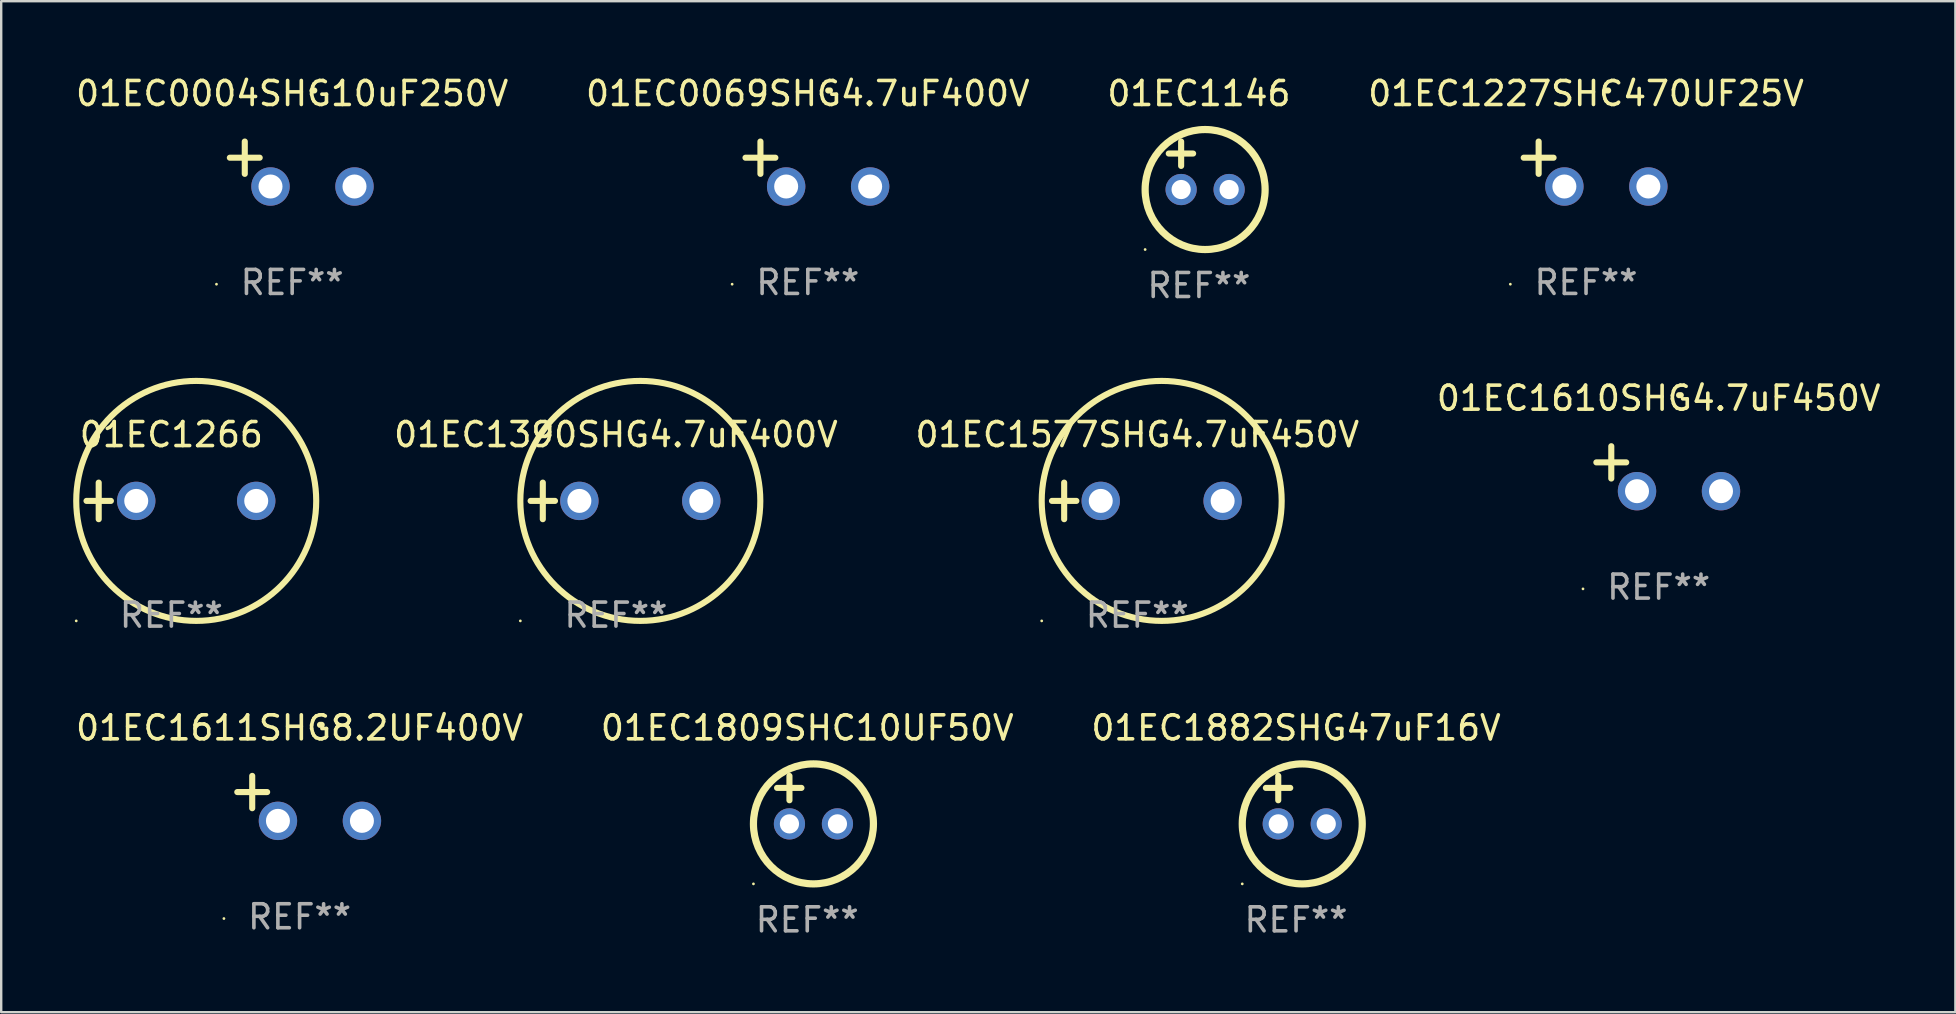
<source format=kicad_pcb>
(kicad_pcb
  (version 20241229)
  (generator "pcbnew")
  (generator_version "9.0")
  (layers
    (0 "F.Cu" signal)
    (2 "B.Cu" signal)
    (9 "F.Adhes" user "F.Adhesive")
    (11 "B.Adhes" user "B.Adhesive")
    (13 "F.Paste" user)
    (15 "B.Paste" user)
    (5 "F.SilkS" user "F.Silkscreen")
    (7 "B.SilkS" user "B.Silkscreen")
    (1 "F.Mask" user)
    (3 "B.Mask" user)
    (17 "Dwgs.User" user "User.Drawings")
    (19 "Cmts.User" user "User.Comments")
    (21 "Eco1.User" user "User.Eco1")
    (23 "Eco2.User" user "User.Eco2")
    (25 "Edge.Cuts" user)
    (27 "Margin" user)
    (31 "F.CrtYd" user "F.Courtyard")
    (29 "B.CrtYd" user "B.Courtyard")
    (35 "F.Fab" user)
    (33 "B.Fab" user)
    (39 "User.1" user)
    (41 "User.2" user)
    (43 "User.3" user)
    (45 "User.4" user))
  (footprint "01EC1577SHG4.7uF450V"
    (layer "F.Cu")
    (at 44.343 17.823)
    (property "Reference" "01EC1577SHG4.7uF450V" (at 0 -2.762 0) (layer "F.SilkS") (effects (font (size 1 1) (thickness 0.15))))
    (attr through_hole)
    (fp_line (start -3.556 0) (end -2.54 0) (stroke (width 0.254) (type solid)) (layer "F.SilkS"))
    (fp_line (start -3.048 -0.762) (end -3.048 0.762) (stroke (width 0.254) (type solid)) (layer "F.SilkS"))
    (fp_circle (center -3.984 5) (end -3.954 5) (stroke (width 0.06) (type solid)) (fill no) (layer "F.SilkS"))
    (fp_circle (center 1.016 0) (end 6.016 0) (stroke (width 0.254) (type solid)) (fill no) (layer "F.SilkS"))
    (fp_text user "REF**" (at 0 4.762 0) (layer "F.Fab") (effects (font (size 1 1) (thickness 0.15))))
    (pad "1" thru_hole circle (at -1.524 0) (size 1.6 1.6) (drill 1) (layers "*.Cu" "*.Mask"))
    (pad "2" thru_hole circle (at 3.556 0) (size 1.6 1.6) (drill 1) (layers "*.Cu" "*.Mask")))
  (footprint "01EC0004SHG10uF250V"
    (layer "F.Cu")
    (at 9.125 3.785)
    (property "Reference" "01EC0004SHG10uF250V" (at 0 -2.937 0) (layer "F.SilkS") (effects (font (size 1 1) (thickness 0.15))))
    (attr through_hole)
    (fp_line (start -1.975 0.41) (end -1.975 -0.937) (stroke (width 0.254) (type solid)) (layer "F.SilkS"))
    (fp_line (start -1.353 -0.263) (end -2.597 -0.263) (stroke (width 0.254) (type solid)) (layer "F.SilkS"))
    (fp_arc (start 0.849809 -3.063957) (mid 0.885369 -3.064114) (end 0.920929 -3.063957) (stroke (width 0.254001) (type solid)) (layer "F.SilkS"))
    (fp_circle (center -3.154 5.008) (end -3.124 5.008) (stroke (width 0.06) (type solid)) (fill no) (layer "F.SilkS"))
    (fp_text user "REF**" (at 0 4.937 0) (layer "F.Fab") (effects (font (size 1 1) (thickness 0.15))))
    (pad "1" thru_hole circle (at -0.903 0.937) (size 1.6 1.6) (drill 1) (layers "*.Cu" "*.Mask"))
    (pad "2" thru_hole circle (at 2.597 0.937) (size 1.6 1.6) (drill 1) (layers "*.Cu" "*.Mask")))
  (footprint "01EC1390SHG4.7uF400V"
    (layer "F.Cu")
    (at 22.617 17.823)
    (property "Reference" "01EC1390SHG4.7uF400V" (at 0 -2.762 0) (layer "F.SilkS") (effects (font (size 1 1) (thickness 0.15))))
    (attr through_hole)
    (fp_line (start -3.556 0) (end -2.54 0) (stroke (width 0.254) (type solid)) (layer "F.SilkS"))
    (fp_line (start -3.048 -0.762) (end -3.048 0.762) (stroke (width 0.254) (type solid)) (layer "F.SilkS"))
    (fp_circle (center -3.984 5) (end -3.954 5) (stroke (width 0.06) (type solid)) (fill no) (layer "F.SilkS"))
    (fp_circle (center 1.016 0) (end 6.016 0) (stroke (width 0.254) (type solid)) (fill no) (layer "F.SilkS"))
    (fp_text user "REF**" (at 0 4.762 0) (layer "F.Fab") (effects (font (size 1 1) (thickness 0.15))))
    (pad "1" thru_hole circle (at -1.524 0) (size 1.6 1.6) (drill 1) (layers "*.Cu" "*.Mask"))
    (pad "2" thru_hole circle (at 3.556 0) (size 1.6 1.6) (drill 1) (layers "*.Cu" "*.Mask")))
  (footprint "01EC0069SHG4.7uF400V"
    (layer "F.Cu")
    (at 30.613 3.785)
    (property "Reference" "01EC0069SHG4.7uF400V" (at 0 -2.937 0) (layer "F.SilkS") (effects (font (size 1 1) (thickness 0.15))))
    (attr through_hole)
    (fp_line (start -1.975 0.41) (end -1.975 -0.937) (stroke (width 0.254) (type solid)) (layer "F.SilkS"))
    (fp_line (start -1.353 -0.263) (end -2.597 -0.263) (stroke (width 0.254) (type solid)) (layer "F.SilkS"))
    (fp_arc (start 0.849809 -3.063957) (mid 0.885369 -3.064114) (end 0.920929 -3.063957) (stroke (width 0.254001) (type solid)) (layer "F.SilkS"))
    (fp_circle (center -3.154 5.008) (end -3.124 5.008) (stroke (width 0.06) (type solid)) (fill no) (layer "F.SilkS"))
    (fp_text user "REF**" (at 0 4.937 0) (layer "F.Fab") (effects (font (size 1 1) (thickness 0.15))))
    (pad "1" thru_hole circle (at -0.903 0.937) (size 1.6 1.6) (drill 1) (layers "*.Cu" "*.Mask"))
    (pad "2" thru_hole circle (at 2.597 0.937) (size 1.6 1.6) (drill 1) (layers "*.Cu" "*.Mask")))
  (footprint "01EC1146"
    (layer "F.Cu")
    (at 46.911 3.848)
    (property "Reference" "01EC1146" (at 0 -3 0) (layer "F.SilkS") (effects (font (size 1 1) (thickness 0.15))))
    (attr through_hole)
    (fp_line (start -1.258 -0.5) (end -0.242 -0.5) (stroke (width 0.254) (type solid)) (layer "F.SilkS"))
    (fp_line (start -0.742 -1) (end -0.742 0.016) (stroke (width 0.254) (type solid)) (layer "F.SilkS"))
    (fp_circle (center -2.242 3.5) (end -2.212 3.5) (stroke (width 0.06) (type solid)) (fill no) (layer "F.SilkS"))
    (fp_circle (center 0.258 1) (end 2.758 1) (stroke (width 0.3) (type solid)) (fill no) (layer "F.SilkS"))
    (fp_text user "REF**" (at 0 5 0) (layer "F.Fab") (effects (font (size 1 1) (thickness 0.15))))
    (pad "1" thru_hole circle (at -0.742 1) (size 1.3 1.3) (drill 0.8) (layers "*.Cu" "*.Mask"))
    (pad "2" thru_hole circle (at 1.258 1) (size 1.3 1.3) (drill 0.8) (layers "*.Cu" "*.Mask")))
  (footprint "01EC1266"
    (layer "F.Cu")
    (at 4.091 17.823)
    (property "Reference" "01EC1266" (at 0 -2.762 0) (layer "F.SilkS") (effects (font (size 1 1) (thickness 0.15))))
    (attr through_hole)
    (fp_line (start -3.536 0) (end -2.52 0) (stroke (width 0.254) (type solid)) (layer "F.SilkS"))
    (fp_line (start -3.028 -0.762) (end -3.028 0.762) (stroke (width 0.254) (type solid)) (layer "F.SilkS"))
    (fp_circle (center -3.964 5) (end -3.934 5) (stroke (width 0.06) (type solid)) (fill no) (layer "F.SilkS"))
    (fp_circle (center 1.036 0) (end 6.036 0) (stroke (width 0.254) (type solid)) (fill no) (layer "F.SilkS"))
    (fp_text user "REF**" (at 0 4.762 0) (layer "F.Fab") (effects (font (size 1 1) (thickness 0.15))))
    (pad "1" thru_hole circle (at -1.464 0) (size 1.6 1.6) (drill 1) (layers "*.Cu" "*.Mask"))
    (pad "2" thru_hole circle (at 3.536 0) (size 1.6 1.6) (drill 1) (layers "*.Cu" "*.Mask")))
  (footprint "01EC1610SHG4.7uF450V"
    (layer "F.Cu")
    (at 66.069 16.481)
    (property "Reference" "01EC1610SHG4.7uF450V" (at 0 -2.937 0) (layer "F.SilkS") (effects (font (size 1 1) (thickness 0.15))))
    (attr through_hole)
    (fp_line (start -1.975 0.41) (end -1.975 -0.937) (stroke (width 0.254) (type solid)) (layer "F.SilkS"))
    (fp_line (start -1.353 -0.263) (end -2.597 -0.263) (stroke (width 0.254) (type solid)) (layer "F.SilkS"))
    (fp_arc (start 0.849809 -3.063957) (mid 0.885369 -3.064114) (end 0.920929 -3.063957) (stroke (width 0.254001) (type solid)) (layer "F.SilkS"))
    (fp_circle (center -3.154 5.008) (end -3.124 5.008) (stroke (width 0.06) (type solid)) (fill no) (layer "F.SilkS"))
    (fp_text user "REF**" (at 0 4.937 0) (layer "F.Fab") (effects (font (size 1 1) (thickness 0.15))))
    (pad "1" thru_hole circle (at -0.903 0.937) (size 1.6 1.6) (drill 1) (layers "*.Cu" "*.Mask"))
    (pad "2" thru_hole circle (at 2.597 0.937) (size 1.6 1.6) (drill 1) (layers "*.Cu" "*.Mask")))
  (footprint "01EC1809SHC10UF50V"
    (layer "F.Cu")
    (at 30.589 30.282)
    (property "Reference" "01EC1809SHC10UF50V" (at 0 -3 0) (layer "F.SilkS") (effects (font (size 1 1) (thickness 0.15))))
    (attr through_hole)
    (fp_line (start -1.258 -0.5) (end -0.242 -0.5) (stroke (width 0.254) (type solid)) (layer "F.SilkS"))
    (fp_line (start -0.742 -1) (end -0.742 0.016) (stroke (width 0.254) (type solid)) (layer "F.SilkS"))
    (fp_circle (center -2.242 3.5) (end -2.212 3.5) (stroke (width 0.06) (type solid)) (fill no) (layer "F.SilkS"))
    (fp_circle (center 0.258 1) (end 2.758 1) (stroke (width 0.3) (type solid)) (fill no) (layer "F.SilkS"))
    (fp_text user "REF**" (at 0 5 0) (layer "F.Fab") (effects (font (size 1 1) (thickness 0.15))))
    (pad "1" thru_hole circle (at -0.742 1) (size 1.3 1.3) (drill 0.8) (layers "*.Cu" "*.Mask"))
    (pad "2" thru_hole circle (at 1.258 1) (size 1.3 1.3) (drill 0.8) (layers "*.Cu" "*.Mask")))
  (footprint "01EC1611SHG8.2UF400V"
    (layer "F.Cu")
    (at 9.435 30.219)
    (property "Reference" "01EC1611SHG8.2UF400V" (at 0 -2.937 0) (layer "F.SilkS") (effects (font (size 1 1) (thickness 0.15))))
    (attr through_hole)
    (fp_line (start -1.975 0.41) (end -1.975 -0.937) (stroke (width 0.254) (type solid)) (layer "F.SilkS"))
    (fp_line (start -1.353 -0.263) (end -2.597 -0.263) (stroke (width 0.254) (type solid)) (layer "F.SilkS"))
    (fp_arc (start 0.849809 -3.063957) (mid 0.885369 -3.064114) (end 0.920929 -3.063957) (stroke (width 0.254001) (type solid)) (layer "F.SilkS"))
    (fp_circle (center -3.154 5.008) (end -3.124 5.008) (stroke (width 0.06) (type solid)) (fill no) (layer "F.SilkS"))
    (fp_text user "REF**" (at 0 4.937 0) (layer "F.Fab") (effects (font (size 1 1) (thickness 0.15))))
    (pad "1" thru_hole circle (at -0.903 0.937) (size 1.6 1.6) (drill 1) (layers "*.Cu" "*.Mask"))
    (pad "2" thru_hole circle (at 2.597 0.937) (size 1.6 1.6) (drill 1) (layers "*.Cu" "*.Mask")))
  (footprint "01EC1882SHG47uF16V"
    (layer "F.Cu")
    (at 50.958 30.282)
    (property "Reference" "01EC1882SHG47uF16V" (at 0 -3 0) (layer "F.SilkS") (effects (font (size 1 1) (thickness 0.15))))
    (attr through_hole)
    (fp_line (start -1.258 -0.5) (end -0.242 -0.5) (stroke (width 0.254) (type solid)) (layer "F.SilkS"))
    (fp_line (start -0.742 -1) (end -0.742 0.016) (stroke (width 0.254) (type solid)) (layer "F.SilkS"))
    (fp_circle (center -2.242 3.5) (end -2.212 3.5) (stroke (width 0.06) (type solid)) (fill no) (layer "F.SilkS"))
    (fp_circle (center 0.258 1) (end 2.758 1) (stroke (width 0.3) (type solid)) (fill no) (layer "F.SilkS"))
    (fp_text user "REF**" (at 0 5 0) (layer "F.Fab") (effects (font (size 1 1) (thickness 0.15))))
    (pad "1" thru_hole circle (at -0.742 1) (size 1.3 1.3) (drill 0.8) (layers "*.Cu" "*.Mask"))
    (pad "2" thru_hole circle (at 1.258 1) (size 1.3 1.3) (drill 0.8) (layers "*.Cu" "*.Mask")))
  (footprint "01EC1227SHC470UF25V"
    (layer "F.Cu")
    (at 63.042 3.785)
    (property "Reference" "01EC1227SHC470UF25V" (at 0 -2.937 0) (layer "F.SilkS") (effects (font (size 1 1) (thickness 0.15))))
    (attr through_hole)
    (fp_line (start -1.975 0.41) (end -1.975 -0.937) (stroke (width 0.254) (type solid)) (layer "F.SilkS"))
    (fp_line (start -1.353 -0.263) (end -2.597 -0.263) (stroke (width 0.254) (type solid)) (layer "F.SilkS"))
    (fp_arc (start 0.849809 -3.063957) (mid 0.885369 -3.064114) (end 0.920929 -3.063957) (stroke (width 0.254001) (type solid)) (layer "F.SilkS"))
    (fp_circle (center -3.154 5.008) (end -3.124 5.008) (stroke (width 0.06) (type solid)) (fill no) (layer "F.SilkS"))
    (fp_text user "REF**" (at 0 4.937 0) (layer "F.Fab") (effects (font (size 1 1) (thickness 0.15))))
    (pad "1" thru_hole circle (at -0.903 0.937) (size 1.6 1.6) (drill 1) (layers "*.Cu" "*.Mask"))
    (pad "2" thru_hole circle (at 2.597 0.937) (size 1.6 1.6) (drill 1) (layers "*.Cu" "*.Mask")))
  (gr_rect
    (start -3 -3)
    (end 78.433 39.13)
    (stroke (width 0.1) (type default))
    (fill no)
    (layer "Edge.Cuts")))
</source>
